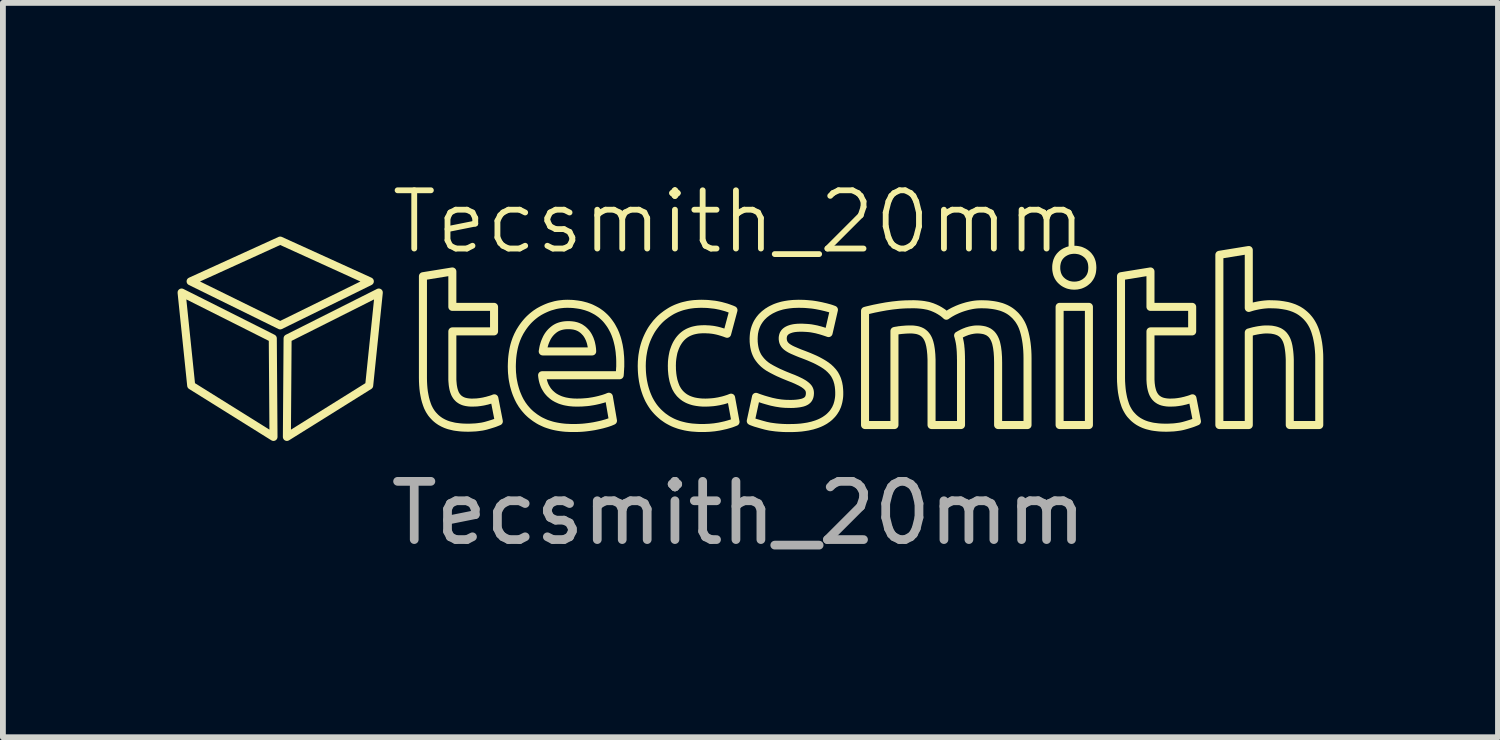
<source format=kicad_pcb>
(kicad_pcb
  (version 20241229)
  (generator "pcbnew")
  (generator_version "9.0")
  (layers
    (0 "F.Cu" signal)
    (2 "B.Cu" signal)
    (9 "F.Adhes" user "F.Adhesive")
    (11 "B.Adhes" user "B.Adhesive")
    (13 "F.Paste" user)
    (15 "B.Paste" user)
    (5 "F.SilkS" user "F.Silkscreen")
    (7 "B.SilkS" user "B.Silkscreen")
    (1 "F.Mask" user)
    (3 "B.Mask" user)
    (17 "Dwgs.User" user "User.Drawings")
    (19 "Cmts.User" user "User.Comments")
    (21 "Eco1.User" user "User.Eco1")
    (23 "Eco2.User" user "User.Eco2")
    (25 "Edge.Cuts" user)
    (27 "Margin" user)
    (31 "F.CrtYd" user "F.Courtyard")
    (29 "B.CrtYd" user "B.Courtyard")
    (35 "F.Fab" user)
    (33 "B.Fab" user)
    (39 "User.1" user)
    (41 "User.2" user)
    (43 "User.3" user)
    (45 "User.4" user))
  (footprint "Tecsmith_20mm"
    (layer "F.Cu")
    (at 9.634 2.76)
    (property "Reference" "Tecsmith_20mm" (at 0 -2 0) (unlocked yes) (layer "F.SilkS") (effects (font (size 1 1) (thickness 0.1))))
    (attr smd)
    (fp_poly (pts (xy -8 0) (xy -7.988 1.692) (xy -9.401 0.81) (xy -9.566 -0.787)) (stroke (width 0.138) (type solid) (color 123 111 100 1)) (fill no) (layer "F.SilkS"))
    (fp_poly (pts (xy -6.345 0.81) (xy -7.758 1.692) (xy -7.746 0) (xy -6.18 -0.787)) (stroke (width 0.138) (type solid) (color 123 111 100 1)) (fill no) (layer "F.SilkS"))
    (fp_poly (pts (xy -6.334 -0.979) (xy -7.873 -0.223) (xy -9.411 -0.979) (xy -7.873 -1.679)) (stroke (width 0.138) (type solid) (color 123 111 100 1)) (fill no) (layer "F.SilkS"))
    (fp_poly (pts (xy 6.013 1.488) (xy 5.51 1.488) (xy 5.51 -0.541) (xy 6.013 -0.541)) (stroke (width 0.138) (type solid) (color 123 111 100 1)) (fill no) (layer "F.SilkS"))
    (fp_poly (pts (xy -2.909 -0.227) (xy -2.892 -0.226) (xy -2.875 -0.225) (xy -2.859 -0.223) (xy -2.843 -0.221) (xy -2.828 -0.219) (xy -2.813 -0.215) (xy -2.799 -0.212) (xy -2.785 -0.208) (xy -2.771 -0.203) (xy -2.758 -0.198) (xy -2.745 -0.192) (xy -2.732 -0.186) (xy -2.72 -0.18) (xy -2.709 -0.172) (xy -2.698 -0.165) (xy -2.687 -0.157) (xy -2.676 -0.149) (xy -2.666 -0.14) (xy -2.656 -0.131) (xy -2.647 -0.122) (xy -2.638 -0.112) (xy -2.629 -0.103) (xy -2.62 -0.093) (xy -2.612 -0.082) (xy -2.604 -0.071) (xy -2.597 -0.06) (xy -2.59 -0.049) (xy -2.583 -0.037) (xy -2.577 -0.025) (xy -2.571 -0.013) (xy -2.565 -0.000313) (xy -2.559 0.013) (xy -2.554 0.026) (xy -2.55 0.039) (xy -2.545 0.052) (xy -2.541 0.065) (xy -2.537 0.079) (xy -2.534 0.093) (xy -2.531 0.107) (xy -2.528 0.121) (xy -2.525 0.135) (xy -2.523 0.15) (xy -2.521 0.164) (xy -2.519 0.179) (xy -2.518 0.194) (xy -2.517 0.209) (xy -2.516 0.224) (xy -3.365 0.224) (xy -3.36 0.195) (xy -3.355 0.166) (xy -3.349 0.138) (xy -3.341 0.11) (xy -3.333 0.083) (xy -3.323 0.056) (xy -3.312 0.03) (xy -3.3 0.004) (xy -3.294 -0.009) (xy -3.287 -0.021) (xy -3.28 -0.033) (xy -3.273 -0.045) (xy -3.265 -0.056) (xy -3.257 -0.068) (xy -3.249 -0.078) (xy -3.24 -0.089) (xy -3.231 -0.099) (xy -3.222 -0.109) (xy -3.212 -0.119) (xy -3.202 -0.128) (xy -3.192 -0.137) (xy -3.181 -0.146) (xy -3.17 -0.155) (xy -3.159 -0.163) (xy -3.147 -0.171) (xy -3.135 -0.178) (xy -3.123 -0.185) (xy -3.11 -0.191) (xy -3.097 -0.197) (xy -3.083 -0.202) (xy -3.069 -0.207) (xy -3.055 -0.211) (xy -3.04 -0.215) (xy -3.025 -0.218) (xy -3.01 -0.221) (xy -2.994 -0.223) (xy -2.977 -0.225) (xy -2.961 -0.226) (xy -2.944 -0.227) (xy -2.926 -0.227)) (stroke (width 0.138) (type solid) (color 123 111 100 1)) (fill no) (layer "F.SilkS"))
    (fp_poly (pts (xy -4.917 -0.541) (xy -4.201 -0.541) (xy -4.201 -0.12) (xy -4.917 -0.12) (xy -4.917 0.674) (xy -4.917 0.709) (xy -4.915 0.743) (xy -4.912 0.775) (xy -4.911 0.79) (xy -4.909 0.805) (xy -4.907 0.82) (xy -4.904 0.835) (xy -4.902 0.849) (xy -4.899 0.862) (xy -4.896 0.876) (xy -4.892 0.889) (xy -4.889 0.901) (xy -4.885 0.913) (xy -4.88 0.925) (xy -4.876 0.937) (xy -4.871 0.948) (xy -4.866 0.959) (xy -4.86 0.969) (xy -4.854 0.979) (xy -4.848 0.988) (xy -4.842 0.997) (xy -4.835 1.006) (xy -4.827 1.014) (xy -4.82 1.022) (xy -4.812 1.03) (xy -4.804 1.037) (xy -4.795 1.044) (xy -4.786 1.05) (xy -4.777 1.056) (xy -4.768 1.062) (xy -4.758 1.067) (xy -4.747 1.072) (xy -4.736 1.077) (xy -4.725 1.081) (xy -4.714 1.085) (xy -4.702 1.088) (xy -4.689 1.091) (xy -4.676 1.094) (xy -4.663 1.096) (xy -4.649 1.098) (xy -4.635 1.1) (xy -4.621 1.101) (xy -4.606 1.102) (xy -4.591 1.103) (xy -4.575 1.103) (xy -4.549 1.102) (xy -4.522 1.101) (xy -4.496 1.1) (xy -4.471 1.097) (xy -4.445 1.094) (xy -4.42 1.09) (xy -4.395 1.086) (xy -4.37 1.081) (xy -4.346 1.075) (xy -4.322 1.07) (xy -4.299 1.063) (xy -4.277 1.057) (xy -4.256 1.051) (xy -4.235 1.044) (xy -4.215 1.037) (xy -4.196 1.029) (xy -4.119 1.425) (xy -4.143 1.435) (xy -4.168 1.445) (xy -4.194 1.455) (xy -4.221 1.464) (xy -4.25 1.473) (xy -4.279 1.482) (xy -4.31 1.491) (xy -4.341 1.5) (xy -4.375 1.508) (xy -4.409 1.515) (xy -4.446 1.52) (xy -4.483 1.525) (xy -4.523 1.529) (xy -4.564 1.531) (xy -4.607 1.533) (xy -4.651 1.534) (xy -4.688 1.533) (xy -4.724 1.532) (xy -4.758 1.53) (xy -4.792 1.527) (xy -4.825 1.523) (xy -4.857 1.519) (xy -4.888 1.514) (xy -4.917 1.507) (xy -4.946 1.5) (xy -4.974 1.493) (xy -5.001 1.484) (xy -5.026 1.475) (xy -5.051 1.464) (xy -5.075 1.453) (xy -5.097 1.441) (xy -5.119 1.429) (xy -5.14 1.415) (xy -5.16 1.401) (xy -5.179 1.386) (xy -5.197 1.371) (xy -5.215 1.354) (xy -5.231 1.337) (xy -5.247 1.32) (xy -5.262 1.302) (xy -5.277 1.283) (xy -5.29 1.263) (xy -5.303 1.243) (xy -5.315 1.222) (xy -5.326 1.2) (xy -5.337 1.178) (xy -5.346 1.155) (xy -5.355 1.131) (xy -5.363 1.106) (xy -5.371 1.082) (xy -5.385 1.03) (xy -5.396 0.976) (xy -5.406 0.92) (xy -5.413 0.862) (xy -5.418 0.801) (xy -5.421 0.739) (xy -5.422 0.674) (xy -5.422 -1.067) (xy -4.917 -1.149)) (stroke (width 0.138) (type solid) (color 123 111 100 1)) (fill no) (layer "F.SilkS"))
    (fp_poly (pts (xy 7.07 -0.541) (xy 7.786 -0.541) (xy 7.786 -0.12) (xy 7.07 -0.12) (xy 7.07 0.674) (xy 7.07 0.709) (xy 7.072 0.743) (xy 7.074 0.775) (xy 7.076 0.79) (xy 7.078 0.805) (xy 7.08 0.82) (xy 7.082 0.835) (xy 7.085 0.849) (xy 7.088 0.862) (xy 7.091 0.876) (xy 7.095 0.889) (xy 7.098 0.901) (xy 7.102 0.913) (xy 7.106 0.925) (xy 7.111 0.937) (xy 7.116 0.948) (xy 7.121 0.959) (xy 7.127 0.969) (xy 7.133 0.979) (xy 7.139 0.988) (xy 7.145 0.997) (xy 7.152 1.006) (xy 7.159 1.014) (xy 7.167 1.022) (xy 7.175 1.03) (xy 7.183 1.037) (xy 7.192 1.044) (xy 7.201 1.05) (xy 7.21 1.056) (xy 7.219 1.062) (xy 7.229 1.067) (xy 7.24 1.072) (xy 7.25 1.077) (xy 7.262 1.081) (xy 7.273 1.085) (xy 7.285 1.088) (xy 7.298 1.091) (xy 7.311 1.094) (xy 7.324 1.096) (xy 7.337 1.098) (xy 7.351 1.1) (xy 7.366 1.101) (xy 7.381 1.102) (xy 7.396 1.103) (xy 7.412 1.103) (xy 7.438 1.102) (xy 7.464 1.101) (xy 7.49 1.1) (xy 7.516 1.097) (xy 7.542 1.094) (xy 7.567 1.09) (xy 7.592 1.086) (xy 7.617 1.081) (xy 7.641 1.075) (xy 7.665 1.07) (xy 7.688 1.063) (xy 7.71 1.057) (xy 7.731 1.051) (xy 7.752 1.044) (xy 7.772 1.037) (xy 7.791 1.029) (xy 7.868 1.425) (xy 7.844 1.435) (xy 7.819 1.445) (xy 7.793 1.455) (xy 7.766 1.464) (xy 7.737 1.473) (xy 7.708 1.482) (xy 7.677 1.491) (xy 7.645 1.5) (xy 7.612 1.508) (xy 7.578 1.515) (xy 7.541 1.52) (xy 7.503 1.525) (xy 7.464 1.529) (xy 7.423 1.531) (xy 7.38 1.533) (xy 7.336 1.534) (xy 7.299 1.533) (xy 7.263 1.532) (xy 7.228 1.53) (xy 7.195 1.527) (xy 7.162 1.523) (xy 7.13 1.519) (xy 7.099 1.514) (xy 7.069 1.507) (xy 7.041 1.5) (xy 7.013 1.493) (xy 6.986 1.484) (xy 6.961 1.475) (xy 6.936 1.464) (xy 6.912 1.453) (xy 6.89 1.441) (xy 6.868 1.429) (xy 6.847 1.415) (xy 6.827 1.401) (xy 6.808 1.386) (xy 6.79 1.371) (xy 6.772 1.354) (xy 6.756 1.337) (xy 6.74 1.32) (xy 6.724 1.302) (xy 6.71 1.283) (xy 6.696 1.263) (xy 6.684 1.243) (xy 6.672 1.222) (xy 6.66 1.2) (xy 6.65 1.178) (xy 6.64 1.155) (xy 6.632 1.131) (xy 6.624 1.106) (xy 6.616 1.082) (xy 6.602 1.03) (xy 6.591 0.976) (xy 6.581 0.92) (xy 6.574 0.862) (xy 6.569 0.801) (xy 6.565 0.739) (xy 6.564 0.674) (xy 6.564 -1.067) (xy 7.07 -1.149)) (stroke (width 0.138) (type solid) (color 123 111 100 1)) (fill no) (layer "F.SilkS"))
    (fp_poly (pts (xy 5.778 -1.521) (xy 5.793 -1.52) (xy 5.808 -1.518) (xy 5.823 -1.516) (xy 5.838 -1.513) (xy 5.852 -1.51) (xy 5.867 -1.506) (xy 5.88 -1.501) (xy 5.894 -1.495) (xy 5.907 -1.489) (xy 5.92 -1.483) (xy 5.933 -1.475) (xy 5.945 -1.468) (xy 5.957 -1.459) (xy 5.969 -1.45) (xy 5.981 -1.44) (xy 5.992 -1.429) (xy 6.002 -1.419) (xy 6.011 -1.407) (xy 6.02 -1.395) (xy 6.029 -1.383) (xy 6.036 -1.37) (xy 6.043 -1.357) (xy 6.049 -1.343) (xy 6.054 -1.329) (xy 6.059 -1.314) (xy 6.063 -1.299) (xy 6.066 -1.283) (xy 6.068 -1.267) (xy 6.07 -1.25) (xy 6.071 -1.233) (xy 6.072 -1.215) (xy 6.071 -1.198) (xy 6.07 -1.18) (xy 6.068 -1.164) (xy 6.066 -1.147) (xy 6.063 -1.132) (xy 6.059 -1.116) (xy 6.054 -1.101) (xy 6.049 -1.087) (xy 6.043 -1.073) (xy 6.036 -1.06) (xy 6.029 -1.047) (xy 6.02 -1.034) (xy 6.011 -1.022) (xy 6.002 -1.01) (xy 5.992 -0.999) (xy 5.981 -0.989) (xy 5.969 -0.979) (xy 5.957 -0.969) (xy 5.945 -0.96) (xy 5.933 -0.952) (xy 5.92 -0.945) (xy 5.907 -0.938) (xy 5.894 -0.932) (xy 5.88 -0.926) (xy 5.867 -0.921) (xy 5.852 -0.917) (xy 5.838 -0.914) (xy 5.823 -0.911) (xy 5.808 -0.908) (xy 5.793 -0.907) (xy 5.778 -0.906) (xy 5.762 -0.905) (xy 5.746 -0.906) (xy 5.73 -0.907) (xy 5.715 -0.908) (xy 5.7 -0.911) (xy 5.685 -0.914) (xy 5.671 -0.917) (xy 5.657 -0.921) (xy 5.643 -0.926) (xy 5.63 -0.932) (xy 5.616 -0.938) (xy 5.603 -0.945) (xy 5.591 -0.952) (xy 5.578 -0.96) (xy 5.566 -0.969) (xy 5.554 -0.979) (xy 5.543 -0.989) (xy 5.532 -0.999) (xy 5.522 -1.01) (xy 5.512 -1.022) (xy 5.503 -1.034) (xy 5.495 -1.047) (xy 5.487 -1.06) (xy 5.481 -1.073) (xy 5.475 -1.087) (xy 5.469 -1.101) (xy 5.465 -1.116) (xy 5.461 -1.132) (xy 5.458 -1.147) (xy 5.455 -1.164) (xy 5.453 -1.18) (xy 5.452 -1.198) (xy 5.452 -1.215) (xy 5.452 -1.233) (xy 5.453 -1.25) (xy 5.455 -1.267) (xy 5.458 -1.283) (xy 5.461 -1.299) (xy 5.465 -1.314) (xy 5.469 -1.329) (xy 5.475 -1.343) (xy 5.481 -1.357) (xy 5.487 -1.37) (xy 5.495 -1.383) (xy 5.503 -1.395) (xy 5.512 -1.407) (xy 5.522 -1.419) (xy 5.532 -1.429) (xy 5.543 -1.44) (xy 5.554 -1.45) (xy 5.566 -1.459) (xy 5.578 -1.468) (xy 5.591 -1.475) (xy 5.603 -1.483) (xy 5.616 -1.489) (xy 5.63 -1.495) (xy 5.643 -1.501) (xy 5.657 -1.506) (xy 5.671 -1.51) (xy 5.685 -1.513) (xy 5.7 -1.516) (xy 5.715 -1.518) (xy 5.73 -1.52) (xy 5.746 -1.521) (xy 5.762 -1.521)) (stroke (width 0.138) (type solid) (color 123 111 100 1)) (fill no) (layer "F.SilkS"))
    (fp_poly (pts (xy 8.758 -0.523) (xy 8.777 -0.529) (xy 8.796 -0.535) (xy 8.816 -0.541) (xy 8.837 -0.547) (xy 8.859 -0.552) (xy 8.881 -0.557) (xy 8.905 -0.562) (xy 8.929 -0.567) (xy 8.954 -0.571) (xy 8.979 -0.575) (xy 9.003 -0.578) (xy 9.028 -0.581) (xy 9.052 -0.583) (xy 9.076 -0.585) (xy 9.1 -0.586) (xy 9.123 -0.586) (xy 9.164 -0.585) (xy 9.203 -0.584) (xy 9.242 -0.582) (xy 9.279 -0.579) (xy 9.315 -0.574) (xy 9.35 -0.569) (xy 9.383 -0.563) (xy 9.416 -0.557) (xy 9.447 -0.549) (xy 9.478 -0.54) (xy 9.507 -0.53) (xy 9.535 -0.52) (xy 9.562 -0.508) (xy 9.587 -0.496) (xy 9.612 -0.483) (xy 9.635 -0.469) (xy 9.658 -0.454) (xy 9.679 -0.438) (xy 9.7 -0.421) (xy 9.72 -0.404) (xy 9.739 -0.386) (xy 9.757 -0.368) (xy 9.774 -0.348) (xy 9.791 -0.328) (xy 9.806 -0.308) (xy 9.821 -0.286) (xy 9.835 -0.264) (xy 9.848 -0.241) (xy 9.861 -0.217) (xy 9.872 -0.193) (xy 9.883 -0.168) (xy 9.893 -0.142) (xy 9.902 -0.116) (xy 9.91 -0.089) (xy 9.918 -0.061) (xy 9.926 -0.033) (xy 9.938 0.024) (xy 9.949 0.084) (xy 9.957 0.146) (xy 9.963 0.21) (xy 9.967 0.276) (xy 9.968 0.345) (xy 9.968 1.488) (xy 9.462 1.488) (xy 9.462 0.417) (xy 9.462 0.366) (xy 9.46 0.318) (xy 9.457 0.273) (xy 9.453 0.23) (xy 9.448 0.19) (xy 9.442 0.152) (xy 9.439 0.134) (xy 9.435 0.117) (xy 9.431 0.1) (xy 9.427 0.084) (xy 9.422 0.069) (xy 9.417 0.054) (xy 9.412 0.04) (xy 9.406 0.026) (xy 9.4 0.013) (xy 9.393 0.000495) (xy 9.386 -0.012) (xy 9.379 -0.023) (xy 9.371 -0.034) (xy 9.363 -0.045) (xy 9.355 -0.055) (xy 9.346 -0.064) (xy 9.337 -0.073) (xy 9.327 -0.082) (xy 9.317 -0.089) (xy 9.307 -0.097) (xy 9.296 -0.103) (xy 9.285 -0.11) (xy 9.273 -0.116) (xy 9.26 -0.121) (xy 9.247 -0.126) (xy 9.234 -0.131) (xy 9.22 -0.135) (xy 9.205 -0.139) (xy 9.19 -0.142) (xy 9.174 -0.145) (xy 9.158 -0.148) (xy 9.142 -0.15) (xy 9.124 -0.151) (xy 9.107 -0.152) (xy 9.088 -0.153) (xy 9.069 -0.153) (xy 9.055 -0.153) (xy 9.041 -0.153) (xy 9.026 -0.152) (xy 9.011 -0.151) (xy 8.997 -0.15) (xy 8.982 -0.148) (xy 8.967 -0.146) (xy 8.952 -0.144) (xy 8.937 -0.142) (xy 8.923 -0.14) (xy 8.909 -0.137) (xy 8.895 -0.135) (xy 8.881 -0.132) (xy 8.868 -0.129) (xy 8.856 -0.127) (xy 8.843 -0.124) (xy 8.82 -0.118) (xy 8.798 -0.112) (xy 8.777 -0.106) (xy 8.758 -0.101) (xy 8.758 1.488) (xy 8.253 1.488) (xy 8.253 -1.435) (xy 8.758 -1.517)) (stroke (width 0.138) (type solid) (color 123 111 100 1)) (fill no) (layer "F.SilkS"))
    (fp_poly (pts (xy -2.907 -0.593) (xy -2.873 -0.592) (xy -2.839 -0.59) (xy -2.806 -0.586) (xy -2.774 -0.582) (xy -2.742 -0.577) (xy -2.711 -0.572) (xy -2.681 -0.565) (xy -2.651 -0.557) (xy -2.621 -0.549) (xy -2.593 -0.539) (xy -2.564 -0.529) (xy -2.537 -0.518) (xy -2.51 -0.505) (xy -2.484 -0.492) (xy -2.458 -0.478) (xy -2.433 -0.464) (xy -2.409 -0.448) (xy -2.385 -0.431) (xy -2.362 -0.414) (xy -2.34 -0.395) (xy -2.319 -0.376) (xy -2.298 -0.356) (xy -2.278 -0.335) (xy -2.259 -0.313) (xy -2.241 -0.29) (xy -2.223 -0.266) (xy -2.206 -0.242) (xy -2.189 -0.216) (xy -2.174 -0.19) (xy -2.159 -0.162) (xy -2.144 -0.134) (xy -2.131 -0.105) (xy -2.118 -0.075) (xy -2.107 -0.044) (xy -2.096 -0.013) (xy -2.086 0.02) (xy -2.077 0.054) (xy -2.069 0.088) (xy -2.061 0.123) (xy -2.055 0.159) (xy -2.049 0.196) (xy -2.044 0.234) (xy -2.041 0.273) (xy -2.037 0.313) (xy -2.035 0.354) (xy -2.034 0.395) (xy -2.034 0.438) (xy -2.034 0.46) (xy -2.034 0.485) (xy -2.036 0.51) (xy -2.037 0.536) (xy -2.039 0.563) (xy -2.04 0.588) (xy -2.042 0.611) (xy -2.044 0.633) (xy -3.376 0.633) (xy -3.373 0.66) (xy -3.369 0.686) (xy -3.364 0.712) (xy -3.358 0.737) (xy -3.351 0.761) (xy -3.343 0.784) (xy -3.334 0.807) (xy -3.324 0.829) (xy -3.312 0.85) (xy -3.3 0.87) (xy -3.287 0.89) (xy -3.273 0.909) (xy -3.257 0.927) (xy -3.241 0.945) (xy -3.223 0.961) (xy -3.205 0.977) (xy -3.185 0.993) (xy -3.165 1.007) (xy -3.143 1.02) (xy -3.121 1.032) (xy -3.097 1.043) (xy -3.073 1.054) (xy -3.048 1.063) (xy -3.022 1.071) (xy -2.994 1.079) (xy -2.966 1.085) (xy -2.937 1.09) (xy -2.907 1.095) (xy -2.876 1.098) (xy -2.844 1.101) (xy -2.811 1.102) (xy -2.777 1.103) (xy -2.735 1.102) (xy -2.694 1.101) (xy -2.654 1.098) (xy -2.614 1.095) (xy -2.575 1.091) (xy -2.537 1.085) (xy -2.499 1.079) (xy -2.463 1.072) (xy -2.427 1.064) (xy -2.393 1.056) (xy -2.361 1.047) (xy -2.331 1.039) (xy -2.303 1.03) (xy -2.277 1.021) (xy -2.253 1.012) (xy -2.23 1.002) (xy -2.159 1.415) (xy -2.182 1.425) (xy -2.208 1.436) (xy -2.237 1.446) (xy -2.27 1.457) (xy -2.306 1.467) (xy -2.345 1.478) (xy -2.388 1.488) (xy -2.434 1.498) (xy -2.483 1.508) (xy -2.532 1.516) (xy -2.581 1.523) (xy -2.631 1.529) (xy -2.682 1.534) (xy -2.734 1.537) (xy -2.786 1.539) (xy -2.839 1.539) (xy -2.884 1.539) (xy -2.928 1.537) (xy -2.971 1.535) (xy -3.013 1.531) (xy -3.054 1.526) (xy -3.094 1.52) (xy -3.133 1.513) (xy -3.171 1.505) (xy -3.207 1.496) (xy -3.243 1.485) (xy -3.278 1.474) (xy -3.312 1.462) (xy -3.344 1.448) (xy -3.376 1.433) (xy -3.407 1.418) (xy -3.437 1.401) (xy -3.465 1.383) (xy -3.493 1.365) (xy -3.52 1.345) (xy -3.546 1.325) (xy -3.571 1.305) (xy -3.595 1.283) (xy -3.618 1.261) (xy -3.64 1.237) (xy -3.661 1.213) (xy -3.681 1.189) (xy -3.7 1.163) (xy -3.719 1.137) (xy -3.736 1.109) (xy -3.753 1.082) (xy -3.768 1.053) (xy -3.783 1.023) (xy -3.796 0.993) (xy -3.809 0.963) (xy -3.821 0.932) (xy -3.832 0.9) (xy -3.842 0.868) (xy -3.851 0.836) (xy -3.86 0.803) (xy -3.867 0.769) (xy -3.874 0.735) (xy -3.88 0.701) (xy -3.885 0.666) (xy -3.888 0.631) (xy -3.892 0.595) (xy -3.894 0.559) (xy -3.895 0.522) (xy -3.896 0.485) (xy -3.895 0.441) (xy -3.893 0.397) (xy -3.891 0.355) (xy -3.887 0.313) (xy -3.882 0.273) (xy -3.876 0.233) (xy -3.869 0.194) (xy -3.861 0.156) (xy -3.852 0.119) (xy -3.842 0.084) (xy -3.83 0.048) (xy -3.818 0.014) (xy -3.804 -0.019) (xy -3.79 -0.051) (xy -3.774 -0.082) (xy -3.758 -0.113) (xy -3.74 -0.142) (xy -3.722 -0.171) (xy -3.703 -0.199) (xy -3.684 -0.225) (xy -3.664 -0.251) (xy -3.643 -0.276) (xy -3.622 -0.3) (xy -3.6 -0.323) (xy -3.577 -0.345) (xy -3.554 -0.366) (xy -3.53 -0.386) (xy -3.506 -0.405) (xy -3.481 -0.424) (xy -3.455 -0.441) (xy -3.429 -0.458) (xy -3.402 -0.473) (xy -3.374 -0.488) (xy -3.347 -0.501) (xy -3.319 -0.514) (xy -3.291 -0.526) (xy -3.263 -0.537) (xy -3.235 -0.547) (xy -3.206 -0.555) (xy -3.178 -0.563) (xy -3.149 -0.571) (xy -3.12 -0.577) (xy -3.091 -0.582) (xy -3.061 -0.586) (xy -3.032 -0.589) (xy -3.002 -0.592) (xy -2.972 -0.593) (xy -2.942 -0.594)) (stroke (width 0.138) (type solid) (color 123 111 100 1)) (fill no) (layer "F.SilkS"))
    (fp_poly (pts (xy -0.603 -0.593) (xy -0.564 -0.592) (xy -0.525 -0.59) (xy -0.488 -0.586) (xy -0.451 -0.582) (xy -0.414 -0.578) (xy -0.379 -0.572) (xy -0.344 -0.565) (xy -0.31 -0.558) (xy -0.277 -0.549) (xy -0.244 -0.54) (xy -0.212 -0.531) (xy -0.18 -0.52) (xy -0.15 -0.509) (xy -0.12 -0.498) (xy -0.09 -0.485) (xy -0.199 -0.079) (xy -0.219 -0.086) (xy -0.24 -0.094) (xy -0.261 -0.101) (xy -0.283 -0.108) (xy -0.306 -0.115) (xy -0.329 -0.122) (xy -0.352 -0.128) (xy -0.376 -0.134) (xy -0.401 -0.139) (xy -0.426 -0.144) (xy -0.453 -0.148) (xy -0.481 -0.151) (xy -0.51 -0.154) (xy -0.54 -0.155) (xy -0.571 -0.157) (xy -0.603 -0.157) (xy -0.636 -0.156) (xy -0.668 -0.154) (xy -0.7 -0.151) (xy -0.73 -0.146) (xy -0.759 -0.14) (xy -0.788 -0.133) (xy -0.815 -0.124) (xy -0.841 -0.114) (xy -0.866 -0.103) (xy -0.89 -0.09) (xy -0.913 -0.076) (xy -0.934 -0.061) (xy -0.955 -0.044) (xy -0.975 -0.026) (xy -0.994 -0.006) (xy -1.011 0.014) (xy -1.028 0.036) (xy -1.043 0.059) (xy -1.058 0.083) (xy -1.071 0.107) (xy -1.083 0.133) (xy -1.094 0.159) (xy -1.104 0.187) (xy -1.114 0.215) (xy -1.122 0.244) (xy -1.128 0.274) (xy -1.134 0.305) (xy -1.139 0.337) (xy -1.143 0.37) (xy -1.146 0.404) (xy -1.147 0.439) (xy -1.148 0.474) (xy -1.147 0.498) (xy -1.147 0.522) (xy -1.146 0.545) (xy -1.144 0.568) (xy -1.142 0.591) (xy -1.14 0.613) (xy -1.137 0.634) (xy -1.134 0.656) (xy -1.13 0.676) (xy -1.126 0.697) (xy -1.122 0.717) (xy -1.117 0.736) (xy -1.111 0.755) (xy -1.105 0.774) (xy -1.099 0.792) (xy -1.092 0.81) (xy -1.085 0.828) (xy -1.078 0.845) (xy -1.069 0.861) (xy -1.06 0.877) (xy -1.051 0.892) (xy -1.041 0.907) (xy -1.03 0.921) (xy -1.019 0.935) (xy -1.008 0.949) (xy -0.995 0.961) (xy -0.982 0.974) (xy -0.969 0.985) (xy -0.955 0.997) (xy -0.941 1.007) (xy -0.926 1.018) (xy -0.91 1.027) (xy -0.894 1.036) (xy -0.877 1.045) (xy -0.859 1.053) (xy -0.841 1.06) (xy -0.822 1.067) (xy -0.803 1.073) (xy -0.783 1.079) (xy -0.762 1.084) (xy -0.741 1.088) (xy -0.719 1.092) (xy -0.696 1.095) (xy -0.673 1.098) (xy -0.649 1.1) (xy -0.624 1.102) (xy -0.599 1.102) (xy -0.573 1.103) (xy -0.544 1.102) (xy -0.515 1.101) (xy -0.486 1.099) (xy -0.457 1.097) (xy -0.427 1.094) (xy -0.398 1.09) (xy -0.368 1.085) (xy -0.339 1.08) (xy -0.309 1.073) (xy -0.281 1.067) (xy -0.254 1.06) (xy -0.227 1.052) (xy -0.202 1.044) (xy -0.177 1.036) (xy -0.154 1.027) (xy -0.131 1.018) (xy -0.055 1.434) (xy -0.08 1.444) (xy -0.106 1.454) (xy -0.134 1.464) (xy -0.164 1.473) (xy -0.195 1.482) (xy -0.228 1.491) (xy -0.264 1.499) (xy -0.3 1.507) (xy -0.339 1.515) (xy -0.378 1.521) (xy -0.417 1.527) (xy -0.458 1.531) (xy -0.499 1.535) (xy -0.542 1.537) (xy -0.585 1.539) (xy -0.629 1.539) (xy -0.673 1.539) (xy -0.716 1.537) (xy -0.758 1.534) (xy -0.8 1.531) (xy -0.84 1.526) (xy -0.879 1.52) (xy -0.917 1.513) (xy -0.955 1.504) (xy -0.991 1.495) (xy -1.026 1.485) (xy -1.06 1.473) (xy -1.093 1.461) (xy -1.126 1.447) (xy -1.157 1.432) (xy -1.187 1.416) (xy -1.216 1.4) (xy -1.244 1.382) (xy -1.271 1.363) (xy -1.298 1.344) (xy -1.323 1.323) (xy -1.347 1.302) (xy -1.371 1.28) (xy -1.393 1.258) (xy -1.415 1.234) (xy -1.436 1.21) (xy -1.456 1.185) (xy -1.474 1.16) (xy -1.492 1.133) (xy -1.509 1.106) (xy -1.525 1.078) (xy -1.541 1.049) (xy -1.555 1.019) (xy -1.568 0.989) (xy -1.581 0.958) (xy -1.592 0.927) (xy -1.603 0.895) (xy -1.613 0.862) (xy -1.622 0.83) (xy -1.63 0.796) (xy -1.637 0.763) (xy -1.644 0.728) (xy -1.649 0.693) (xy -1.654 0.658) (xy -1.658 0.622) (xy -1.661 0.586) (xy -1.663 0.549) (xy -1.664 0.512) (xy -1.665 0.474) (xy -1.664 0.437) (xy -1.663 0.4) (xy -1.66 0.364) (xy -1.657 0.328) (xy -1.653 0.293) (xy -1.647 0.258) (xy -1.641 0.223) (xy -1.634 0.189) (xy -1.626 0.156) (xy -1.617 0.123) (xy -1.607 0.09) (xy -1.596 0.058) (xy -1.584 0.026) (xy -1.571 -0.005) (xy -1.557 -0.036) (xy -1.542 -0.067) (xy -1.526 -0.097) (xy -1.51 -0.126) (xy -1.493 -0.154) (xy -1.474 -0.182) (xy -1.455 -0.208) (xy -1.435 -0.234) (xy -1.415 -0.26) (xy -1.393 -0.284) (xy -1.371 -0.308) (xy -1.348 -0.331) (xy -1.324 -0.353) (xy -1.299 -0.374) (xy -1.273 -0.394) (xy -1.247 -0.414) (xy -1.219 -0.433) (xy -1.191 -0.451) (xy -1.162 -0.469) (xy -1.133 -0.485) (xy -1.102 -0.5) (xy -1.071 -0.514) (xy -1.04 -0.526) (xy -1.007 -0.538) (xy -0.974 -0.549) (xy -0.94 -0.558) (xy -0.905 -0.566) (xy -0.87 -0.574) (xy -0.834 -0.58) (xy -0.797 -0.585) (xy -0.76 -0.589) (xy -0.722 -0.591) (xy -0.683 -0.593) (xy -0.643 -0.594)) (stroke (width 0.138) (type solid) (color 123 111 100 1)) (fill no) (layer "F.SilkS"))
    (fp_poly (pts (xy 4.206 -0.585) (xy 4.244 -0.584) (xy 4.281 -0.582) (xy 4.317 -0.578) (xy 4.352 -0.574) (xy 4.386 -0.569) (xy 4.419 -0.563) (xy 4.45 -0.556) (xy 4.48 -0.548) (xy 4.509 -0.54) (xy 4.537 -0.53) (xy 4.564 -0.519) (xy 4.589 -0.508) (xy 4.614 -0.495) (xy 4.637 -0.482) (xy 4.659 -0.468) (xy 4.68 -0.453) (xy 4.7 -0.437) (xy 4.719 -0.42) (xy 4.738 -0.403) (xy 4.756 -0.385) (xy 4.772 -0.366) (xy 4.788 -0.347) (xy 4.804 -0.327) (xy 4.818 -0.306) (xy 4.831 -0.285) (xy 4.844 -0.263) (xy 4.856 -0.24) (xy 4.867 -0.216) (xy 4.877 -0.192) (xy 4.886 -0.167) (xy 4.895 -0.141) (xy 4.91 -0.088) (xy 4.923 -0.032) (xy 4.934 0.025) (xy 4.943 0.085) (xy 4.95 0.147) (xy 4.955 0.21) (xy 4.958 0.276) (xy 4.959 0.345) (xy 4.959 1.488) (xy 4.454 1.488) (xy 4.454 0.417) (xy 4.453 0.368) (xy 4.452 0.32) (xy 4.449 0.276) (xy 4.446 0.233) (xy 4.441 0.194) (xy 4.436 0.156) (xy 4.429 0.121) (xy 4.422 0.089) (xy 4.418 0.073) (xy 4.413 0.058) (xy 4.408 0.044) (xy 4.403 0.03) (xy 4.397 0.017) (xy 4.391 0.004) (xy 4.385 -0.008) (xy 4.378 -0.02) (xy 4.371 -0.031) (xy 4.364 -0.042) (xy 4.356 -0.052) (xy 4.348 -0.062) (xy 4.34 -0.071) (xy 4.331 -0.079) (xy 4.322 -0.087) (xy 4.312 -0.095) (xy 4.302 -0.102) (xy 4.292 -0.109) (xy 4.281 -0.115) (xy 4.27 -0.12) (xy 4.258 -0.126) (xy 4.246 -0.13) (xy 4.233 -0.135) (xy 4.22 -0.139) (xy 4.206 -0.142) (xy 4.192 -0.145) (xy 4.178 -0.147) (xy 4.163 -0.149) (xy 4.147 -0.151) (xy 4.131 -0.152) (xy 4.115 -0.153) (xy 4.098 -0.153) (xy 4.083 -0.153) (xy 4.069 -0.152) (xy 4.053 -0.151) (xy 4.038 -0.149) (xy 4.023 -0.147) (xy 4.008 -0.144) (xy 3.992 -0.141) (xy 3.976 -0.138) (xy 3.961 -0.134) (xy 3.945 -0.129) (xy 3.93 -0.125) (xy 3.915 -0.12) (xy 3.901 -0.114) (xy 3.887 -0.109) (xy 3.872 -0.103) (xy 3.859 -0.097) (xy 3.845 -0.091) (xy 3.832 -0.084) (xy 3.82 -0.078) (xy 3.808 -0.072) (xy 3.797 -0.066) (xy 3.787 -0.06) (xy 3.777 -0.054) (xy 3.767 -0.049) (xy 3.774 -0.026) (xy 3.78 -0.002) (xy 3.786 0.022) (xy 3.791 0.046) (xy 3.796 0.071) (xy 3.8 0.096) (xy 3.804 0.122) (xy 3.806 0.148) (xy 3.809 0.174) (xy 3.811 0.201) (xy 3.813 0.228) (xy 3.814 0.256) (xy 3.815 0.284) (xy 3.816 0.313) (xy 3.816 0.341) (xy 3.817 0.371) (xy 3.817 1.488) (xy 3.311 1.488) (xy 3.311 0.417) (xy 3.311 0.368) (xy 3.309 0.32) (xy 3.307 0.276) (xy 3.303 0.233) (xy 3.299 0.194) (xy 3.293 0.156) (xy 3.287 0.121) (xy 3.279 0.089) (xy 3.275 0.073) (xy 3.27 0.058) (xy 3.266 0.044) (xy 3.26 0.03) (xy 3.255 0.017) (xy 3.249 0.004) (xy 3.242 -0.008) (xy 3.236 -0.02) (xy 3.229 -0.031) (xy 3.221 -0.042) (xy 3.213 -0.052) (xy 3.205 -0.062) (xy 3.197 -0.071) (xy 3.188 -0.079) (xy 3.179 -0.087) (xy 3.169 -0.095) (xy 3.159 -0.102) (xy 3.149 -0.109) (xy 3.138 -0.115) (xy 3.126 -0.12) (xy 3.115 -0.126) (xy 3.102 -0.13) (xy 3.089 -0.135) (xy 3.076 -0.139) (xy 3.062 -0.142) (xy 3.048 -0.145) (xy 3.033 -0.147) (xy 3.018 -0.149) (xy 3.003 -0.151) (xy 2.987 -0.152) (xy 2.97 -0.153) (xy 2.953 -0.153) (xy 2.926 -0.153) (xy 2.899 -0.152) (xy 2.873 -0.151) (xy 2.847 -0.149) (xy 2.822 -0.147) (xy 2.797 -0.145) (xy 2.774 -0.142) (xy 2.752 -0.14) (xy 2.732 -0.136) (xy 2.712 -0.133) (xy 2.692 -0.13) (xy 2.683 -0.128) (xy 2.674 -0.126) (xy 2.674 1.488) (xy 2.169 1.488) (xy 2.169 -0.472) (xy 2.206 -0.482) (xy 2.245 -0.491) (xy 2.287 -0.501) (xy 2.331 -0.511) (xy 2.377 -0.52) (xy 2.426 -0.53) (xy 2.531 -0.549) (xy 2.586 -0.557) (xy 2.642 -0.565) (xy 2.698 -0.571) (xy 2.755 -0.577) (xy 2.812 -0.581) (xy 2.87 -0.584) (xy 2.929 -0.585) (xy 2.988 -0.586) (xy 3.014 -0.586) (xy 3.04 -0.585) (xy 3.065 -0.584) (xy 3.09 -0.582) (xy 3.114 -0.58) (xy 3.137 -0.578) (xy 3.16 -0.575) (xy 3.183 -0.572) (xy 3.204 -0.568) (xy 3.225 -0.564) (xy 3.246 -0.56) (xy 3.266 -0.555) (xy 3.285 -0.549) (xy 3.304 -0.543) (xy 3.322 -0.537) (xy 3.339 -0.53) (xy 3.356 -0.523) (xy 3.373 -0.516) (xy 3.389 -0.508) (xy 3.405 -0.501) (xy 3.42 -0.493) (xy 3.435 -0.484) (xy 3.45 -0.476) (xy 3.464 -0.467) (xy 3.478 -0.458) (xy 3.492 -0.449) (xy 3.505 -0.44) (xy 3.518 -0.43) (xy 3.53 -0.42) (xy 3.542 -0.41) (xy 3.554 -0.4) (xy 3.565 -0.389) (xy 3.583 -0.402) (xy 3.603 -0.415) (xy 3.623 -0.428) (xy 3.643 -0.44) (xy 3.665 -0.452) (xy 3.687 -0.464) (xy 3.71 -0.475) (xy 3.734 -0.486) (xy 3.758 -0.497) (xy 3.783 -0.507) (xy 3.808 -0.517) (xy 3.834 -0.526) (xy 3.861 -0.535) (xy 3.888 -0.543) (xy 3.915 -0.551) (xy 3.943 -0.558) (xy 3.971 -0.564) (xy 3.999 -0.57) (xy 4.027 -0.575) (xy 4.055 -0.579) (xy 4.083 -0.582) (xy 4.111 -0.584) (xy 4.138 -0.585) (xy 4.166 -0.586)) (stroke (width 0.138) (type solid) (color 123 111 100 1)) (fill no) (layer "F.SilkS"))
    (fp_poly (pts (xy 1.077 -0.593) (xy 1.123 -0.592) (xy 1.168 -0.589) (xy 1.213 -0.585) (xy 1.257 -0.581) (xy 1.299 -0.575) (xy 1.341 -0.568) (xy 1.382 -0.56) (xy 1.422 -0.552) (xy 1.459 -0.543) (xy 1.494 -0.535) (xy 1.527 -0.526) (xy 1.557 -0.518) (xy 1.586 -0.509) (xy 1.611 -0.5) (xy 1.635 -0.491) (xy 1.543 -0.091) (xy 1.521 -0.099) (xy 1.497 -0.107) (xy 1.473 -0.115) (xy 1.448 -0.123) (xy 1.422 -0.131) (xy 1.395 -0.139) (xy 1.367 -0.146) (xy 1.338 -0.154) (xy 1.308 -0.16) (xy 1.277 -0.166) (xy 1.244 -0.172) (xy 1.21 -0.176) (xy 1.175 -0.179) (xy 1.138 -0.181) (xy 1.1 -0.183) (xy 1.06 -0.183) (xy 1.042 -0.183) (xy 1.025 -0.182) (xy 1.009 -0.182) (xy 0.993 -0.18) (xy 0.977 -0.179) (xy 0.962 -0.177) (xy 0.947 -0.175) (xy 0.933 -0.172) (xy 0.919 -0.169) (xy 0.906 -0.166) (xy 0.893 -0.162) (xy 0.881 -0.158) (xy 0.869 -0.154) (xy 0.858 -0.149) (xy 0.847 -0.144) (xy 0.837 -0.139) (xy 0.827 -0.133) (xy 0.818 -0.127) (xy 0.809 -0.12) (xy 0.801 -0.113) (xy 0.794 -0.106) (xy 0.787 -0.098) (xy 0.781 -0.09) (xy 0.776 -0.081) (xy 0.771 -0.073) (xy 0.767 -0.063) (xy 0.764 -0.054) (xy 0.761 -0.043) (xy 0.759 -0.033) (xy 0.757 -0.022) (xy 0.756 -0.011) (xy 0.756 0.001) (xy 0.756 0.008) (xy 0.756 0.015) (xy 0.757 0.022) (xy 0.758 0.029) (xy 0.759 0.036) (xy 0.76 0.042) (xy 0.762 0.049) (xy 0.763 0.055) (xy 0.765 0.062) (xy 0.768 0.068) (xy 0.77 0.074) (xy 0.773 0.08) (xy 0.776 0.086) (xy 0.779 0.091) (xy 0.782 0.097) (xy 0.786 0.103) (xy 0.79 0.108) (xy 0.794 0.113) (xy 0.799 0.119) (xy 0.804 0.124) (xy 0.809 0.129) (xy 0.815 0.135) (xy 0.821 0.14) (xy 0.827 0.145) (xy 0.834 0.15) (xy 0.841 0.155) (xy 0.848 0.16) (xy 0.856 0.165) (xy 0.864 0.17) (xy 0.873 0.175) (xy 0.881 0.18) (xy 0.89 0.185) (xy 0.91 0.195) (xy 0.931 0.205) (xy 0.955 0.215) (xy 0.98 0.226) (xy 1.006 0.237) (xy 1.035 0.249) (xy 1.065 0.261) (xy 1.098 0.273) (xy 1.155 0.295) (xy 1.208 0.316) (xy 1.259 0.338) (xy 1.307 0.359) (xy 1.352 0.381) (xy 1.393 0.403) (xy 1.432 0.425) (xy 1.468 0.447) (xy 1.484 0.458) (xy 1.501 0.469) (xy 1.516 0.481) (xy 1.531 0.492) (xy 1.546 0.504) (xy 1.559 0.517) (xy 1.573 0.529) (xy 1.585 0.542) (xy 1.597 0.555) (xy 1.609 0.568) (xy 1.62 0.581) (xy 1.63 0.595) (xy 1.64 0.608) (xy 1.649 0.622) (xy 1.657 0.637) (xy 1.665 0.651) (xy 1.672 0.666) (xy 1.679 0.681) (xy 1.686 0.697) (xy 1.692 0.713) (xy 1.697 0.73) (xy 1.702 0.747) (xy 1.707 0.764) (xy 1.711 0.782) (xy 1.714 0.801) (xy 1.718 0.819) (xy 1.72 0.839) (xy 1.722 0.858) (xy 1.724 0.879) (xy 1.725 0.899) (xy 1.726 0.92) (xy 1.726 0.942) (xy 1.726 0.966) (xy 1.725 0.99) (xy 1.723 1.013) (xy 1.72 1.036) (xy 1.716 1.059) (xy 1.712 1.081) (xy 1.707 1.102) (xy 1.701 1.123) (xy 1.695 1.143) (xy 1.688 1.163) (xy 1.679 1.182) (xy 1.671 1.201) (xy 1.661 1.22) (xy 1.65 1.237) (xy 1.639 1.255) (xy 1.627 1.272) (xy 1.615 1.288) (xy 1.601 1.304) (xy 1.587 1.319) (xy 1.572 1.334) (xy 1.557 1.349) (xy 1.541 1.362) (xy 1.524 1.376) (xy 1.506 1.388) (xy 1.488 1.401) (xy 1.469 1.413) (xy 1.449 1.424) (xy 1.429 1.435) (xy 1.408 1.445) (xy 1.386 1.455) (xy 1.363 1.464) (xy 1.34 1.473) (xy 1.316 1.481) (xy 1.292 1.488) (xy 1.267 1.496) (xy 1.241 1.502) (xy 1.188 1.514) (xy 1.132 1.523) (xy 1.073 1.531) (xy 1.012 1.536) (xy 0.949 1.539) (xy 0.883 1.54) (xy 0.817 1.54) (xy 0.755 1.538) (xy 0.695 1.534) (xy 0.639 1.529) (xy 0.585 1.522) (xy 0.535 1.515) (xy 0.488 1.505) (xy 0.465 1.5) (xy 0.443 1.494) (xy 0.402 1.483) (xy 0.364 1.472) (xy 0.33 1.462) (xy 0.298 1.453) (xy 0.271 1.444) (xy 0.246 1.435) (xy 0.225 1.427) (xy 0.207 1.419) (xy 0.297 1.004) (xy 0.328 1.016) (xy 0.359 1.027) (xy 0.392 1.038) (xy 0.425 1.049) (xy 0.459 1.059) (xy 0.494 1.069) (xy 0.53 1.079) (xy 0.567 1.089) (xy 0.605 1.097) (xy 0.643 1.105) (xy 0.682 1.111) (xy 0.721 1.117) (xy 0.761 1.121) (xy 0.802 1.124) (xy 0.844 1.125) (xy 0.886 1.126) (xy 0.907 1.126) (xy 0.927 1.125) (xy 0.947 1.125) (xy 0.966 1.123) (xy 0.985 1.122) (xy 1.002 1.12) (xy 1.019 1.118) (xy 1.035 1.116) (xy 1.051 1.113) (xy 1.066 1.11) (xy 1.08 1.107) (xy 1.094 1.104) (xy 1.106 1.1) (xy 1.118 1.096) (xy 1.13 1.091) (xy 1.14 1.086) (xy 1.15 1.081) (xy 1.16 1.075) (xy 1.168 1.069) (xy 1.176 1.062) (xy 1.184 1.055) (xy 1.19 1.047) (xy 1.197 1.039) (xy 1.202 1.03) (xy 1.207 1.02) (xy 1.211 1.01) (xy 1.215 1) (xy 1.217 0.989) (xy 1.22 0.977) (xy 1.221 0.965) (xy 1.222 0.952) (xy 1.223 0.939) (xy 1.222 0.932) (xy 1.222 0.924) (xy 1.221 0.917) (xy 1.22 0.91) (xy 1.219 0.903) (xy 1.217 0.896) (xy 1.215 0.889) (xy 1.212 0.882) (xy 1.21 0.876) (xy 1.207 0.87) (xy 1.203 0.863) (xy 1.2 0.857) (xy 1.196 0.851) (xy 1.191 0.846) (xy 1.187 0.84) (xy 1.182 0.835) (xy 1.177 0.829) (xy 1.171 0.824) (xy 1.165 0.818) (xy 1.159 0.813) (xy 1.152 0.807) (xy 1.146 0.802) (xy 1.138 0.797) (xy 1.131 0.791) (xy 1.115 0.78) (xy 1.098 0.77) (xy 1.079 0.759) (xy 1.059 0.748) (xy 1.038 0.738) (xy 1.015 0.727) (xy 0.99 0.715) (xy 0.964 0.704) (xy 0.937 0.692) (xy 0.908 0.681) (xy 0.877 0.669) (xy 0.845 0.656) (xy 0.803 0.639) (xy 0.762 0.622) (xy 0.722 0.604) (xy 0.683 0.587) (xy 0.646 0.569) (xy 0.609 0.55) (xy 0.574 0.532) (xy 0.54 0.513) (xy 0.524 0.503) (xy 0.507 0.494) (xy 0.492 0.483) (xy 0.477 0.473) (xy 0.462 0.462) (xy 0.448 0.45) (xy 0.434 0.439) (xy 0.421 0.427) (xy 0.408 0.414) (xy 0.396 0.402) (xy 0.384 0.389) (xy 0.373 0.376) (xy 0.362 0.362) (xy 0.351 0.348) (xy 0.341 0.334) (xy 0.331 0.319) (xy 0.322 0.304) (xy 0.314 0.288) (xy 0.306 0.272) (xy 0.299 0.255) (xy 0.292 0.238) (xy 0.286 0.22) (xy 0.28 0.201) (xy 0.275 0.182) (xy 0.271 0.163) (xy 0.267 0.143) (xy 0.264 0.122) (xy 0.261 0.1) (xy 0.259 0.079) (xy 0.257 0.056) (xy 0.257 0.033) (xy 0.256 0.01) (xy 0.257 -0.014) (xy 0.258 -0.036) (xy 0.26 -0.059) (xy 0.262 -0.081) (xy 0.265 -0.102) (xy 0.27 -0.123) (xy 0.274 -0.144) (xy 0.28 -0.164) (xy 0.286 -0.184) (xy 0.293 -0.203) (xy 0.301 -0.222) (xy 0.309 -0.241) (xy 0.318 -0.259) (xy 0.328 -0.277) (xy 0.339 -0.294) (xy 0.35 -0.311) (xy 0.362 -0.328) (xy 0.375 -0.344) (xy 0.388 -0.36) (xy 0.402 -0.375) (xy 0.417 -0.389) (xy 0.432 -0.404) (xy 0.447 -0.417) (xy 0.464 -0.43) (xy 0.481 -0.443) (xy 0.498 -0.456) (xy 0.517 -0.467) (xy 0.535 -0.479) (xy 0.555 -0.49) (xy 0.575 -0.5) (xy 0.596 -0.51) (xy 0.617 -0.52) (xy 0.639 -0.529) (xy 0.661 -0.537) (xy 0.684 -0.545) (xy 0.708 -0.552) (xy 0.732 -0.559) (xy 0.756 -0.565) (xy 0.781 -0.57) (xy 0.807 -0.575) (xy 0.833 -0.579) (xy 0.859 -0.583) (xy 0.886 -0.586) (xy 0.914 -0.589) (xy 0.942 -0.591) (xy 0.971 -0.592) (xy 1.03 -0.594)) (stroke (width 0.138) (type solid) (color 123 111 100 1)) (fill no) (layer "F.SilkS"))
    (fp_text user "${REFERENCE}" (at 0 3 0) (unlocked yes) (layer "F.Fab") (effects (font (size 1 1) (thickness 0.15)))))
  (gr_rect
    (start -3 -3)
    (end 22.671 9.609)
    (stroke (width 0.1) (type default))
    (fill no)
    (layer "Edge.Cuts")))
</source>
